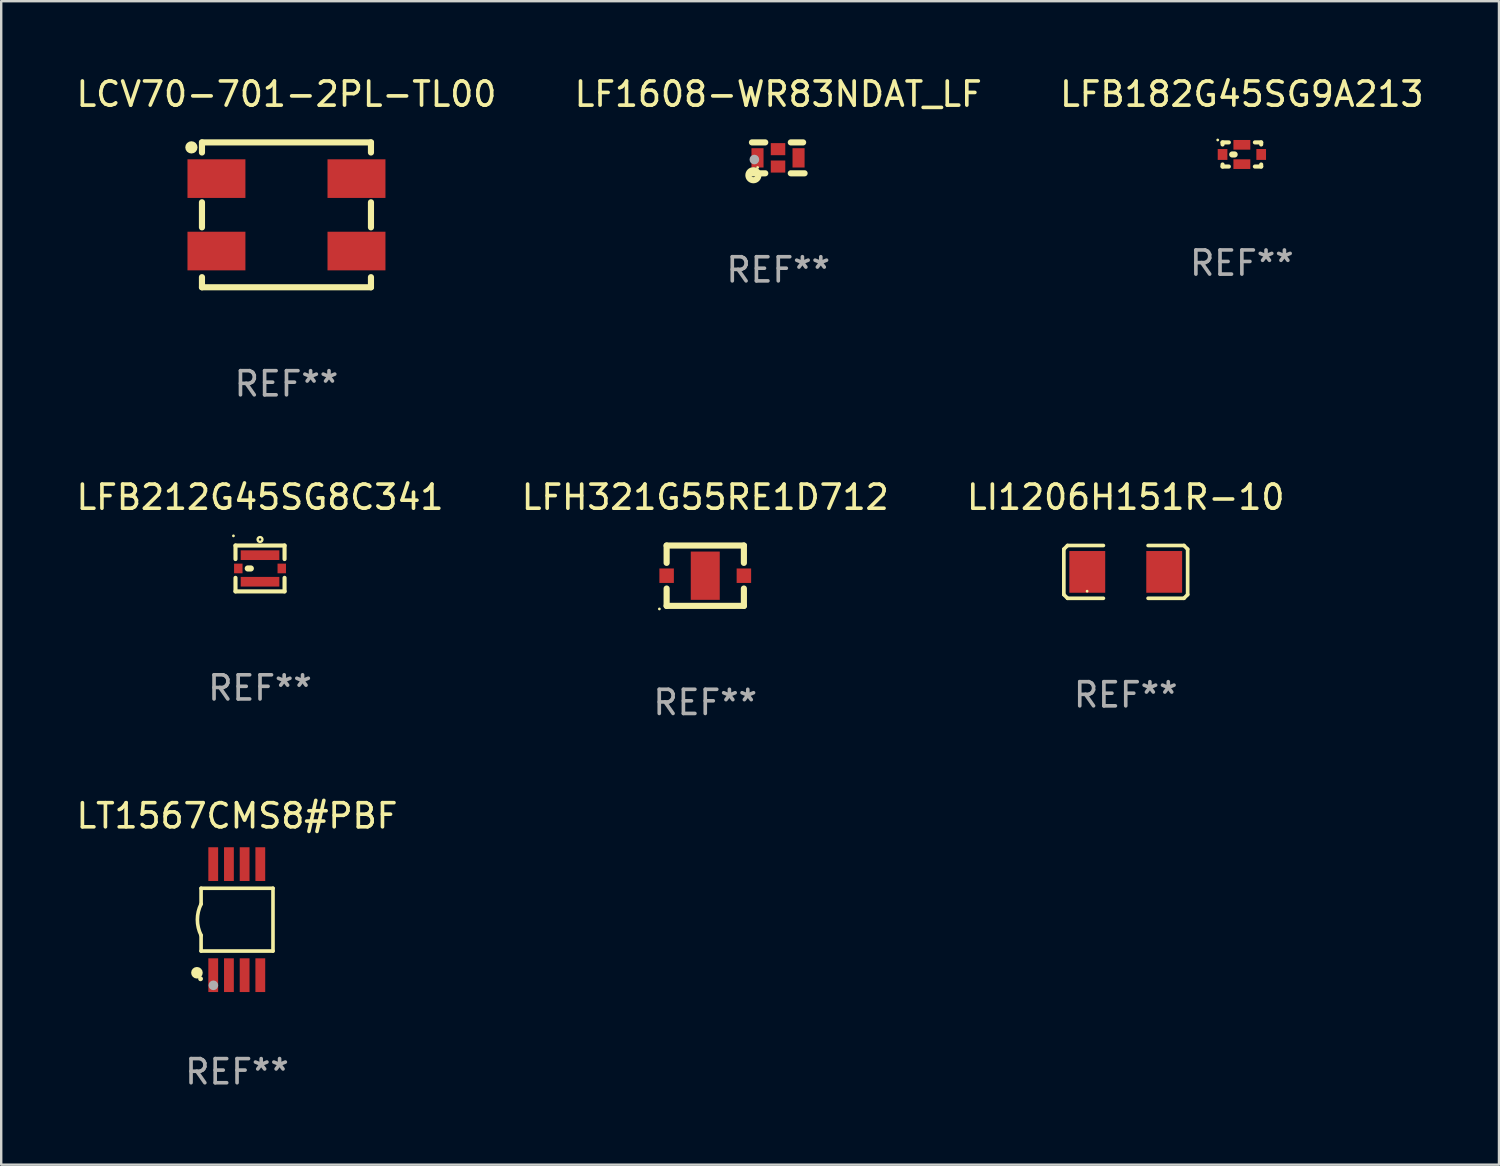
<source format=kicad_pcb>
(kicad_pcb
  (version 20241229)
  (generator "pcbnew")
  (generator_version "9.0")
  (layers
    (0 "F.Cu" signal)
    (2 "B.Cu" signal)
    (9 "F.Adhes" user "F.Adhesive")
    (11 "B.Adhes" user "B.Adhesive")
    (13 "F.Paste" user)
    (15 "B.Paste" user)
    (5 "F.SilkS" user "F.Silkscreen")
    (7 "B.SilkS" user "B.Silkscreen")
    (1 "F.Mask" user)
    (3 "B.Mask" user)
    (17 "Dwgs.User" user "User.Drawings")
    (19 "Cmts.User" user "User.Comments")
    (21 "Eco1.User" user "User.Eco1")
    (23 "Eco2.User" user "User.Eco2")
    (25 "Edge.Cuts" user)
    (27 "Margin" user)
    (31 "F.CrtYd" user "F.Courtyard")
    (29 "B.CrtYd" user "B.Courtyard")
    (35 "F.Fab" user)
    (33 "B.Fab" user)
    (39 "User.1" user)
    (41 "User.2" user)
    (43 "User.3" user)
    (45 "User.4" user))
  (footprint "LFB182G45SG9A213"
    (layer "F.Cu")
    (at 48.387 3.348)
    (property "Reference" "LFB182G45SG9A213" (at 0 -2.5 0) (layer "F.SilkS") (effects (font (size 1 1) (thickness 0.15))))
    (attr through_hole)
    (fp_line (start -0.8 -0.5) (end -0.539 -0.5) (stroke (width 0.17) (type solid)) (layer "F.SilkS"))
    (fp_line (start -0.8 -0.414) (end -0.8 -0.5) (stroke (width 0.17) (type solid)) (layer "F.SilkS"))
    (fp_line (start -0.8 0.5) (end -0.8 0.414) (stroke (width 0.17) (type solid)) (layer "F.SilkS"))
    (fp_line (start -0.539 0.5) (end -0.8 0.5) (stroke (width 0.17) (type solid)) (layer "F.SilkS"))
    (fp_line (start -0.4 0) (end -0.3 0) (stroke (width 0.254) (type solid)) (layer "F.SilkS"))
    (fp_line (start 0.539 -0.5) (end 0.8 -0.5) (stroke (width 0.17) (type solid)) (layer "F.SilkS"))
    (fp_line (start 0.8 -0.5) (end 0.8 -0.414) (stroke (width 0.17) (type solid)) (layer "F.SilkS"))
    (fp_line (start 0.8 0.414) (end 0.8 0.5) (stroke (width 0.17) (type solid)) (layer "F.SilkS"))
    (fp_line (start 0.8 0.5) (end 0.539 0.5) (stroke (width 0.17) (type solid)) (layer "F.SilkS"))
    (fp_circle (center -1 -0.6) (end -0.97 -0.6) (stroke (width 0.06) (type solid)) (fill no) (layer "F.SilkS"))
    (fp_text user "REF**" (at 0 4.5 0) (layer "F.Fab") (effects (font (size 1 1) (thickness 0.15))))
    (pad "1" smd rect (at 0 -0.4) (size 0.7 0.4) (layers "F.Cu" "F.Mask" "F.Paste"))
    (pad "2" smd rect (at 0.8 0 90) (size 0.45 0.4) (layers "F.Cu" "F.Mask" "F.Paste"))
    (pad "3" smd rect (at 0 0.4 180) (size 0.7 0.4) (layers "F.Cu" "F.Mask" "F.Paste"))
    (pad "4" smd rect (at -0.8 0 270) (size 0.45 0.4) (layers "F.Cu" "F.Mask" "F.Paste")))
  (footprint "LFB212G45SG8C341"
    (layer "F.Cu")
    (at 7.72 20.495)
    (property "Reference" "LFB212G45SG8C341" (at 0 -2.95 0) (layer "F.SilkS") (effects (font (size 1 1) (thickness 0.15))))
    (attr through_hole)
    (fp_line (start -1.016 -0.95) (end 1.016 -0.95) (stroke (width 0.17) (type solid)) (layer "F.SilkS"))
    (fp_line (start -1.016 -0.389) (end -1.016 -0.95) (stroke (width 0.17) (type solid)) (layer "F.SilkS"))
    (fp_line (start -1.016 0.95) (end -1.016 0.389) (stroke (width 0.17) (type solid)) (layer "F.SilkS"))
    (fp_line (start -0.508 0.000064) (end -0.381 0.000064) (stroke (width 0.254) (type solid)) (layer "F.SilkS"))
    (fp_line (start 1.016 -0.95) (end 1.016 -0.389) (stroke (width 0.17) (type solid)) (layer "F.SilkS"))
    (fp_line (start 1.016 0.389) (end 1.016 0.95) (stroke (width 0.17) (type solid)) (layer "F.SilkS"))
    (fp_line (start 1.016 0.95) (end -1.016 0.95) (stroke (width 0.17) (type solid)) (layer "F.SilkS"))
    (fp_circle (center -1.101 -1.35) (end -1.071 -1.35) (stroke (width 0.06) (type solid)) (fill no) (layer "F.SilkS"))
    (fp_circle (center 0 -1.2) (end 0.1 -1.2) (stroke (width 0.1) (type solid)) (fill no) (layer "F.SilkS"))
    (fp_text user "REF**" (at 0 4.95 0) (layer "F.Fab") (effects (font (size 1 1) (thickness 0.15))))
    (pad "1" smd rect (at 0 -0.55) (size 1.6 0.4) (layers "F.Cu" "F.Mask" "F.Paste"))
    (pad "2" smd rect (at 0.9 0.000064 180) (size 0.35 0.4) (layers "F.Cu" "F.Mask" "F.Paste"))
    (pad "3" smd rect (at 0 0.55 180) (size 1.6 0.4) (layers "F.Cu" "F.Mask" "F.Paste"))
    (pad "4" smd rect (at -0.9 0.000064) (size 0.35 0.4) (layers "F.Cu" "F.Mask" "F.Paste")))
  (footprint "LCV70-701-2PL-TL00"
    (layer "F.Cu")
    (at 8.815 5.848)
    (property "Reference" "LCV70-701-2PL-TL00" (at 0 -5 0) (layer "F.SilkS") (effects (font (size 1 1) (thickness 0.15))))
    (attr through_hole)
    (fp_line (start -3.5 -3) (end -3.5 -2.581) (stroke (width 0.254) (type solid)) (layer "F.SilkS"))
    (fp_line (start -3.5 -3) (end 3.5 -3) (stroke (width 0.254) (type solid)) (layer "F.SilkS"))
    (fp_line (start -3.5 -0.519) (end -3.5 0.519) (stroke (width 0.254) (type solid)) (layer "F.SilkS"))
    (fp_line (start -3.5 2.581) (end -3.5 3) (stroke (width 0.254) (type solid)) (layer "F.SilkS"))
    (fp_line (start -3.5 3) (end 3.5 3) (stroke (width 0.254) (type solid)) (layer "F.SilkS"))
    (fp_line (start 3.5 -3) (end 3.5 -2.581) (stroke (width 0.254) (type solid)) (layer "F.SilkS"))
    (fp_line (start 3.5 -0.519) (end 3.5 0.519) (stroke (width 0.254) (type solid)) (layer "F.SilkS"))
    (fp_line (start 3.5 2.581) (end 3.5 3) (stroke (width 0.254) (type solid)) (layer "F.SilkS"))
    (fp_circle (center -3.937 -2.794) (end -3.81 -2.794) (stroke (width 0.254) (type solid)) (fill no) (layer "F.SilkS"))
    (fp_circle (center -3.5 -3) (end -3.47 -3) (stroke (width 0.06) (type solid)) (fill no) (layer "F.SilkS"))
    (fp_text user "REF**" (at 0 7 0) (layer "F.Fab") (effects (font (size 1 1) (thickness 0.15))))
    (pad "1" smd rect (at -2.9 -1.5) (size 2.4 1.6) (layers "F.Cu" "F.Mask" "F.Paste"))
    (pad "2" smd rect (at -2.9 1.5) (size 2.4 1.6) (layers "F.Cu" "F.Mask" "F.Paste"))
    (pad "3" smd rect (at 2.9 1.5) (size 2.4 1.6) (layers "F.Cu" "F.Mask" "F.Paste"))
    (pad "4" smd rect (at 2.9 -1.5) (size 2.4 1.6) (layers "F.Cu" "F.Mask" "F.Paste")))
  (footprint "LT1567CMS8#PBF"
    (layer "F.Cu")
    (at 6.768 35.041)
    (property "Reference" "LT1567CMS8#PBF" (at 0 -4.3 0) (layer "F.SilkS") (effects (font (size 1 1) (thickness 0.15))))
    (attr through_hole)
    (fp_line (start -1.489 -1.3) (end -1.489 -0.648) (stroke (width 0.15) (type solid)) (layer "F.SilkS"))
    (fp_line (start -1.489 0.648) (end -1.489 1.3) (stroke (width 0.15) (type solid)) (layer "F.SilkS"))
    (fp_line (start -1.489 1.3) (end 1.489 1.3) (stroke (width 0.15) (type solid)) (layer "F.SilkS"))
    (fp_line (start 1.489 -1.3) (end -1.489 -1.3) (stroke (width 0.15) (type solid)) (layer "F.SilkS"))
    (fp_line (start 1.489 1.3) (end 1.489 -1.3) (stroke (width 0.15) (type solid)) (layer "F.SilkS"))
    (fp_arc (start -1.489205 0.647702) (mid -1.642107 0) (end -1.489205 -0.647701) (stroke (width 0.150013) (type solid)) (layer "F.SilkS"))
    (fp_circle (center -1.661 2.2) (end -1.541 2.2) (stroke (width 0.24) (type solid)) (fill no) (layer "F.SilkS"))
    (fp_circle (center -1.511 2.45) (end -1.461 2.45) (stroke (width 0.1) (type solid)) (fill no) (layer "F.SilkS"))
    (fp_circle (center -0.981 2.72) (end -0.881 2.72) (stroke (width 0.2) (type solid)) (fill no) (layer "F.Fab"))
    (fp_text user "REF**" (at 0 6.3 0) (layer "F.Fab") (effects (font (size 1 1) (thickness 0.15))))
    (pad "1" smd rect (at -0.986 2.3) (size 0.406 1.397) (layers "F.Cu" "F.Mask" "F.Paste"))
    (pad "2" smd rect (at -0.336 2.3) (size 0.406 1.397) (layers "F.Cu" "F.Mask" "F.Paste"))
    (pad "3" smd rect (at 0.314 2.3) (size 0.406 1.397) (layers "F.Cu" "F.Mask" "F.Paste"))
    (pad "4" smd rect (at 0.964 2.3) (size 0.406 1.397) (layers "F.Cu" "F.Mask" "F.Paste"))
    (pad "5" smd rect (at 0.964 -2.3) (size 0.406 1.397) (layers "F.Cu" "F.Mask" "F.Paste"))
    (pad "6" smd rect (at 0.314 -2.3) (size 0.406 1.397) (layers "F.Cu" "F.Mask" "F.Paste"))
    (pad "7" smd rect (at -0.336 -2.3) (size 0.406 1.397) (layers "F.Cu" "F.Mask" "F.Paste"))
    (pad "8" smd rect (at -0.986 -2.3) (size 0.406 1.397) (layers "F.Cu" "F.Mask" "F.Paste")))
  (footprint "LF1608-WR83NDAT_LF"
    (layer "F.Cu")
    (at 29.185 3.488)
    (property "Reference" "LF1608-WR83NDAT_LF" (at 0 -2.64 0) (layer "F.SilkS") (effects (font (size 1 1) (thickness 0.15))))
    (attr through_hole)
    (fp_line (start -1.09 -0.64) (end -0.539 -0.64) (stroke (width 0.254) (type solid)) (layer "F.SilkS"))
    (fp_line (start -1.09 0.64) (end -0.539 0.64) (stroke (width 0.254) (type solid)) (layer "F.SilkS"))
    (fp_line (start 0.519 -0.64) (end 1.03 -0.64) (stroke (width 0.254) (type solid)) (layer "F.SilkS"))
    (fp_line (start 0.519 0.64) (end 1.09 0.64) (stroke (width 0.254) (type solid)) (layer "F.SilkS"))
    (fp_circle (center -1.03 0.72) (end -0.95 0.72) (stroke (width 0.254) (type solid)) (fill no) (layer "F.SilkS"))
    (fp_circle (center -0.855 0.4) (end -0.825 0.4) (stroke (width 0.06) (type solid)) (fill no) (layer "F.SilkS"))
    (fp_circle (center -0.99 0.07) (end -0.89 0.07) (stroke (width 0.2) (type solid)) (fill no) (layer "F.Fab"))
    (fp_text user "REF**" (at 0 4.64 0) (layer "F.Fab") (effects (font (size 1 1) (thickness 0.15))))
    (pad "1" smd rect (at -0.86 0 90) (size 0.8 0.5) (layers "F.Cu" "F.Mask" "F.Paste"))
    (pad "2" smd rect (at -0.01 0.36 180) (size 0.6 0.5) (layers "F.Cu" "F.Mask" "F.Paste"))
    (pad "3" smd rect (at 0.84 0 270) (size 0.8 0.5) (layers "F.Cu" "F.Mask" "F.Paste"))
    (pad "4" smd rect (at -0.01 -0.36) (size 0.6 0.5) (layers "F.Cu" "F.Mask" "F.Paste")))
  (footprint "LFH321G55RE1D712"
    (layer "F.Cu")
    (at 26.161 20.795)
    (property "Reference" "LFH321G55RE1D712" (at 0 -3.25 0) (layer "F.SilkS") (effects (font (size 1 1) (thickness 0.15))))
    (attr through_hole)
    (fp_line (start -1.6 -1.25) (end -1.6 -0.531) (stroke (width 0.254) (type solid)) (layer "F.SilkS"))
    (fp_line (start -1.6 -1.25) (end 1.6 -1.25) (stroke (width 0.254) (type solid)) (layer "F.SilkS"))
    (fp_line (start -1.6 0.531) (end -1.6 1.25) (stroke (width 0.254) (type solid)) (layer "F.SilkS"))
    (fp_line (start -1.6 1.25) (end 1.6 1.25) (stroke (width 0.254) (type solid)) (layer "F.SilkS"))
    (fp_line (start 1.6 -1.25) (end 1.6 -0.531) (stroke (width 0.254) (type solid)) (layer "F.SilkS"))
    (fp_line (start 1.6 0.531) (end 1.6 1.25) (stroke (width 0.254) (type solid)) (layer "F.SilkS"))
    (fp_circle (center -1.9 1.377) (end -1.87 1.377) (stroke (width 0.06) (type solid)) (fill no) (layer "F.SilkS"))
    (fp_text user "REF**" (at 0 5.25 0) (layer "F.Fab") (effects (font (size 1 1) (thickness 0.15))))
    (pad "1" smd rect (at -1.6 0) (size 0.6 0.6) (layers "F.Cu" "F.Mask" "F.Paste"))
    (pad "2" smd rect (at 0 0 90) (size 2 1.2) (layers "F.Cu" "F.Mask" "F.Paste"))
    (pad "3" smd rect (at 1.6 0) (size 0.6 0.6) (layers "F.Cu" "F.Mask" "F.Paste")))
  (footprint "LI1206H151R-10"
    (layer "F.Cu")
    (at 43.577 20.637)
    (property "Reference" "LI1206H151R-10" (at 0 -3.093 0) (layer "F.SilkS") (effects (font (size 1 1) (thickness 0.15))))
    (attr through_hole)
    (fp_line (start -2.564 -0.94) (end -2.411 -1.093) (stroke (width 0.152) (type solid)) (layer "F.SilkS"))
    (fp_line (start -2.564 0.94) (end -2.564 -0.94) (stroke (width 0.152) (type solid)) (layer "F.SilkS"))
    (fp_line (start -2.411 -1.093) (end -0.926 -1.093) (stroke (width 0.152) (type solid)) (layer "F.SilkS"))
    (fp_line (start -2.411 1.093) (end -2.564 0.94) (stroke (width 0.152) (type solid)) (layer "F.SilkS"))
    (fp_line (start -0.926 1.093) (end -2.411 1.093) (stroke (width 0.152) (type solid)) (layer "F.SilkS"))
    (fp_line (start 0.926 1.093) (end 2.411 1.093) (stroke (width 0.152) (type solid)) (layer "F.SilkS"))
    (fp_line (start 2.411 -1.093) (end 0.926 -1.093) (stroke (width 0.152) (type solid)) (layer "F.SilkS"))
    (fp_line (start 2.411 1.093) (end 2.564 0.94) (stroke (width 0.152) (type solid)) (layer "F.SilkS"))
    (fp_line (start 2.564 -0.94) (end 2.411 -1.093) (stroke (width 0.152) (type solid)) (layer "F.SilkS"))
    (fp_line (start 2.564 0.94) (end 2.564 -0.94) (stroke (width 0.152) (type solid)) (layer "F.SilkS"))
    (fp_circle (center -1.6 0.8) (end -1.57 0.8) (stroke (width 0.06) (type solid)) (fill no) (layer "F.SilkS"))
    (fp_text user "REF**" (at 0 5.093 0) (layer "F.Fab") (effects (font (size 1 1) (thickness 0.15))))
    (pad "1" smd rect (at -1.593 0) (size 1.485 1.728) (layers "F.Cu" "F.Mask" "F.Paste"))
    (pad "2" smd rect (at 1.593 0) (size 1.485 1.728) (layers "F.Cu" "F.Mask" "F.Paste")))
  (gr_rect
    (start -3 -3)
    (end 59.036 45.189)
    (stroke (width 0.1) (type default))
    (fill no)
    (layer "Edge.Cuts")))
</source>
